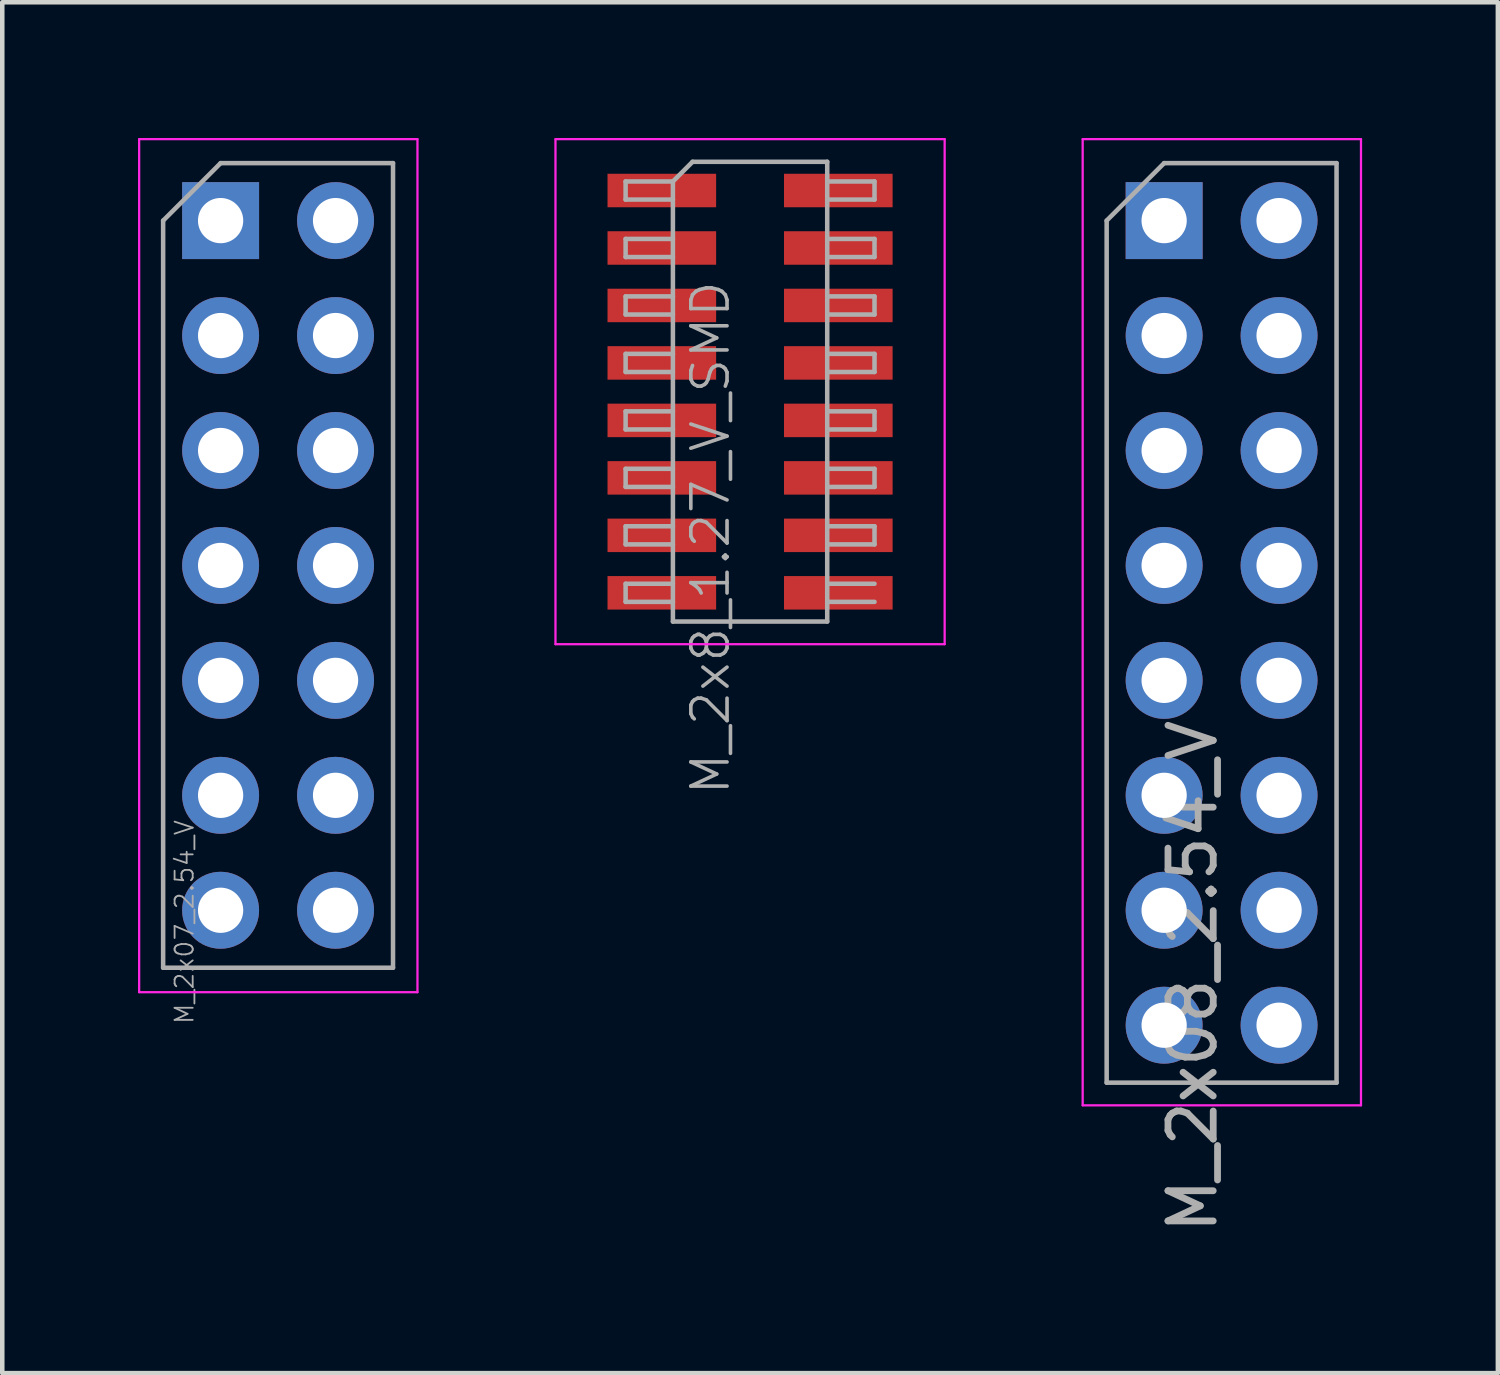
<source format=kicad_pcb>
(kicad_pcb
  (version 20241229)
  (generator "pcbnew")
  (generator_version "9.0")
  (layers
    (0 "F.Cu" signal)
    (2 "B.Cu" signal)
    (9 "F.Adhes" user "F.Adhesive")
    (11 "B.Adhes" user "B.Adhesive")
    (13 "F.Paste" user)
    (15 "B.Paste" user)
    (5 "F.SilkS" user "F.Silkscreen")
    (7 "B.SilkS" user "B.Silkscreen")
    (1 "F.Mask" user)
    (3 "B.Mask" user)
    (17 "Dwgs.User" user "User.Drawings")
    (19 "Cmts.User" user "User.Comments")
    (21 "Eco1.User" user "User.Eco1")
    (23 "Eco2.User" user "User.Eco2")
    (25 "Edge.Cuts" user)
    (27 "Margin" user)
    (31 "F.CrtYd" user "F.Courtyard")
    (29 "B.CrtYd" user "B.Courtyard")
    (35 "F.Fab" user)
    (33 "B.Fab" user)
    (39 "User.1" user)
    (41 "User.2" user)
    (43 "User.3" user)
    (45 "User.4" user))
  (footprint "M_2x07_2.54_V"
    (layer "F.Cu")
    (at 1.825 1.825)
    (property "Reference" "M_2x07_2.54_V" (at -0.8 15.5 90) (layer "F.Fab") (effects (font (size 0.4 0.4) (thickness 0.04))))
    (attr through_hole)
    (fp_line (start -1.8 -1.8) (end -1.8 17.05) (stroke (width 0.05) (type solid)) (layer "F.CrtYd"))
    (fp_line (start -1.8 17.05) (end 4.35 17.05) (stroke (width 0.05) (type solid)) (layer "F.CrtYd"))
    (fp_line (start 4.35 -1.8) (end -1.8 -1.8) (stroke (width 0.05) (type solid)) (layer "F.CrtYd"))
    (fp_line (start 4.35 17.05) (end 4.35 -1.8) (stroke (width 0.05) (type solid)) (layer "F.CrtYd"))
    (fp_line (start -1.27 0) (end 0 -1.27) (stroke (width 0.1) (type solid)) (layer "F.Fab"))
    (fp_line (start -1.27 16.51) (end -1.27 0) (stroke (width 0.1) (type solid)) (layer "F.Fab"))
    (fp_line (start 0 -1.27) (end 3.81 -1.27) (stroke (width 0.1) (type solid)) (layer "F.Fab"))
    (fp_line (start 3.81 -1.27) (end 3.81 16.51) (stroke (width 0.1) (type solid)) (layer "F.Fab"))
    (fp_line (start 3.81 16.51) (end -1.27 16.51) (stroke (width 0.1) (type solid)) (layer "F.Fab"))
    (pad "1" thru_hole rect (at 0 0) (size 1.7 1.7) (drill 1) (layers "*.Cu" "*.Mask"))
    (pad "2" thru_hole oval (at 2.54 0) (size 1.7 1.7) (drill 1) (layers "*.Cu" "*.Mask"))
    (pad "3" thru_hole oval (at 0 2.54) (size 1.7 1.7) (drill 1) (layers "*.Cu" "*.Mask"))
    (pad "4" thru_hole oval (at 2.54 2.54) (size 1.7 1.7) (drill 1) (layers "*.Cu" "*.Mask"))
    (pad "5" thru_hole oval (at 0 5.08) (size 1.7 1.7) (drill 1) (layers "*.Cu" "*.Mask"))
    (pad "6" thru_hole oval (at 2.54 5.08) (size 1.7 1.7) (drill 1) (layers "*.Cu" "*.Mask"))
    (pad "7" thru_hole oval (at 0 7.62) (size 1.7 1.7) (drill 1) (layers "*.Cu" "*.Mask"))
    (pad "8" thru_hole oval (at 2.54 7.62) (size 1.7 1.7) (drill 1) (layers "*.Cu" "*.Mask"))
    (pad "9" thru_hole oval (at 0 10.16) (size 1.7 1.7) (drill 1) (layers "*.Cu" "*.Mask"))
    (pad "10" thru_hole oval (at 2.54 10.16) (size 1.7 1.7) (drill 1) (layers "*.Cu" "*.Mask"))
    (pad "11" thru_hole oval (at 0 12.7) (size 1.7 1.7) (drill 1) (layers "*.Cu" "*.Mask"))
    (pad "12" thru_hole oval (at 2.54 12.7) (size 1.7 1.7) (drill 1) (layers "*.Cu" "*.Mask"))
    (pad "13" thru_hole oval (at 0 15.24) (size 1.7 1.7) (drill 1) (layers "*.Cu" "*.Mask"))
    (pad "14" thru_hole oval (at 2.54 15.24) (size 1.7 1.7) (drill 1) (layers "*.Cu" "*.Mask")))
  (footprint "M_2x08_2.54_V"
    (layer "F.Cu")
    (at 22.675 1.825)
    (property "Reference" "M_2x08_2.54_V" (at 0.63 16.7 90) (layer "F.Fab") (effects (font (size 1 1) (thickness 0.15))))
    (attr through_hole exclude_from_bom)
    (fp_line (start -1.8 -1.8) (end -1.8 19.55) (stroke (width 0.05) (type solid)) (layer "F.CrtYd"))
    (fp_line (start -1.8 19.55) (end 4.35 19.55) (stroke (width 0.05) (type solid)) (layer "F.CrtYd"))
    (fp_line (start 4.35 -1.8) (end -1.8 -1.8) (stroke (width 0.05) (type solid)) (layer "F.CrtYd"))
    (fp_line (start 4.35 19.55) (end 4.35 -1.8) (stroke (width 0.05) (type solid)) (layer "F.CrtYd"))
    (fp_line (start -1.27 0) (end 0 -1.27) (stroke (width 0.1) (type solid)) (layer "F.Fab"))
    (fp_line (start -1.27 19.05) (end -1.27 0) (stroke (width 0.1) (type solid)) (layer "F.Fab"))
    (fp_line (start 0 -1.27) (end 3.81 -1.27) (stroke (width 0.1) (type solid)) (layer "F.Fab"))
    (fp_line (start 3.81 -1.27) (end 3.81 19.05) (stroke (width 0.1) (type solid)) (layer "F.Fab"))
    (fp_line (start 3.81 19.05) (end -1.27 19.05) (stroke (width 0.1) (type solid)) (layer "F.Fab"))
    (pad "1" thru_hole rect (at 0 0) (size 1.7 1.7) (drill 1) (layers "*.Cu" "*.Mask"))
    (pad "2" thru_hole oval (at 2.54 0) (size 1.7 1.7) (drill 1) (layers "*.Cu" "*.Mask"))
    (pad "3" thru_hole oval (at 0 2.54) (size 1.7 1.7) (drill 1) (layers "*.Cu" "*.Mask"))
    (pad "4" thru_hole oval (at 2.54 2.54) (size 1.7 1.7) (drill 1) (layers "*.Cu" "*.Mask"))
    (pad "5" thru_hole oval (at 0 5.08) (size 1.7 1.7) (drill 1) (layers "*.Cu" "*.Mask"))
    (pad "6" thru_hole oval (at 2.54 5.08) (size 1.7 1.7) (drill 1) (layers "*.Cu" "*.Mask"))
    (pad "7" thru_hole oval (at 0 7.62) (size 1.7 1.7) (drill 1) (layers "*.Cu" "*.Mask"))
    (pad "8" thru_hole oval (at 2.54 7.62) (size 1.7 1.7) (drill 1) (layers "*.Cu" "*.Mask"))
    (pad "9" thru_hole oval (at 0 10.16) (size 1.7 1.7) (drill 1) (layers "*.Cu" "*.Mask"))
    (pad "10" thru_hole oval (at 2.54 10.16) (size 1.7 1.7) (drill 1) (layers "*.Cu" "*.Mask"))
    (pad "11" thru_hole oval (at 0 12.7) (size 1.7 1.7) (drill 1) (layers "*.Cu" "*.Mask"))
    (pad "12" thru_hole oval (at 2.54 12.7) (size 1.7 1.7) (drill 1) (layers "*.Cu" "*.Mask"))
    (pad "13" thru_hole oval (at 0 15.24) (size 1.7 1.7) (drill 1) (layers "*.Cu" "*.Mask"))
    (pad "14" thru_hole oval (at 2.54 15.24) (size 1.7 1.7) (drill 1) (layers "*.Cu" "*.Mask"))
    (pad "15" thru_hole oval (at 0 17.78) (size 1.7 1.7) (drill 1) (layers "*.Cu" "*.Mask"))
    (pad "16" thru_hole oval (at 2.54 17.78) (size 1.7 1.7) (drill 1) (layers "*.Cu" "*.Mask")))
  (footprint "M_2x8_1.27_V_SMD"
    (layer "F.Cu")
    (at 13.525 5.605)
    (property "Reference" "M_2x8_1.27_V_SMD" (at -0.875 3.23 90) (unlocked yes) (layer "F.Fab") (effects (font (size 0.8 0.8) (thickness 0.08))))
    (attr smd)
    (fp_line (start -4.3 -5.58) (end -4.3 5.58) (stroke (width 0.05) (type solid)) (layer "F.CrtYd"))
    (fp_line (start -4.3 5.58) (end 4.3 5.58) (stroke (width 0.05) (type solid)) (layer "F.CrtYd"))
    (fp_line (start 4.3 -5.58) (end -4.3 -5.58) (stroke (width 0.05) (type solid)) (layer "F.CrtYd"))
    (fp_line (start 4.3 5.58) (end 4.3 -5.58) (stroke (width 0.05) (type solid)) (layer "F.CrtYd"))
    (fp_line (start -2.75 -4.645) (end -2.75 -4.245) (stroke (width 0.1) (type solid)) (layer "F.Fab"))
    (fp_line (start -2.75 -4.245) (end -1.705 -4.245) (stroke (width 0.1) (type solid)) (layer "F.Fab"))
    (fp_line (start -2.75 -3.375) (end -2.75 -2.975) (stroke (width 0.1) (type solid)) (layer "F.Fab"))
    (fp_line (start -2.75 -2.975) (end -1.705 -2.975) (stroke (width 0.1) (type solid)) (layer "F.Fab"))
    (fp_line (start -2.75 -2.105) (end -2.75 -1.705) (stroke (width 0.1) (type solid)) (layer "F.Fab"))
    (fp_line (start -2.75 -1.705) (end -1.705 -1.705) (stroke (width 0.1) (type solid)) (layer "F.Fab"))
    (fp_line (start -2.75 -0.835) (end -2.75 -0.435) (stroke (width 0.1) (type solid)) (layer "F.Fab"))
    (fp_line (start -2.75 -0.435) (end -1.705 -0.435) (stroke (width 0.1) (type solid)) (layer "F.Fab"))
    (fp_line (start -2.75 0.435) (end -2.75 0.835) (stroke (width 0.1) (type solid)) (layer "F.Fab"))
    (fp_line (start -2.75 0.835) (end -1.705 0.835) (stroke (width 0.1) (type solid)) (layer "F.Fab"))
    (fp_line (start -2.75 1.705) (end -2.75 2.105) (stroke (width 0.1) (type solid)) (layer "F.Fab"))
    (fp_line (start -2.75 2.105) (end -1.705 2.105) (stroke (width 0.1) (type solid)) (layer "F.Fab"))
    (fp_line (start -2.75 2.975) (end -2.75 3.375) (stroke (width 0.1) (type solid)) (layer "F.Fab"))
    (fp_line (start -2.75 3.375) (end -1.705 3.375) (stroke (width 0.1) (type solid)) (layer "F.Fab"))
    (fp_line (start -2.75 4.245) (end -2.75 4.645) (stroke (width 0.1) (type solid)) (layer "F.Fab"))
    (fp_line (start -2.75 4.645) (end -1.705 4.645) (stroke (width 0.1) (type solid)) (layer "F.Fab"))
    (fp_line (start -1.705 -4.645) (end -2.75 -4.645) (stroke (width 0.1) (type solid)) (layer "F.Fab"))
    (fp_line (start -1.705 -4.645) (end -1.27 -5.08) (stroke (width 0.1) (type solid)) (layer "F.Fab"))
    (fp_line (start -1.705 -3.375) (end -2.75 -3.375) (stroke (width 0.1) (type solid)) (layer "F.Fab"))
    (fp_line (start -1.705 -2.105) (end -2.75 -2.105) (stroke (width 0.1) (type solid)) (layer "F.Fab"))
    (fp_line (start -1.705 -0.835) (end -2.75 -0.835) (stroke (width 0.1) (type solid)) (layer "F.Fab"))
    (fp_line (start -1.705 0.435) (end -2.75 0.435) (stroke (width 0.1) (type solid)) (layer "F.Fab"))
    (fp_line (start -1.705 1.705) (end -2.75 1.705) (stroke (width 0.1) (type solid)) (layer "F.Fab"))
    (fp_line (start -1.705 2.975) (end -2.75 2.975) (stroke (width 0.1) (type solid)) (layer "F.Fab"))
    (fp_line (start -1.705 4.245) (end -2.75 4.245) (stroke (width 0.1) (type solid)) (layer "F.Fab"))
    (fp_line (start -1.705 5.08) (end -1.705 -4.645) (stroke (width 0.1) (type solid)) (layer "F.Fab"))
    (fp_line (start -1.27 -5.08) (end 1.705 -5.08) (stroke (width 0.1) (type solid)) (layer "F.Fab"))
    (fp_line (start 1.705 -5.08) (end 1.705 5.08) (stroke (width 0.1) (type solid)) (layer "F.Fab"))
    (fp_line (start 1.705 -4.645) (end 2.75 -4.645) (stroke (width 0.1) (type solid)) (layer "F.Fab"))
    (fp_line (start 1.705 -3.375) (end 2.75 -3.375) (stroke (width 0.1) (type solid)) (layer "F.Fab"))
    (fp_line (start 1.705 -2.105) (end 2.75 -2.105) (stroke (width 0.1) (type solid)) (layer "F.Fab"))
    (fp_line (start 1.705 -0.835) (end 2.75 -0.835) (stroke (width 0.1) (type solid)) (layer "F.Fab"))
    (fp_line (start 1.705 0.435) (end 2.75 0.435) (stroke (width 0.1) (type solid)) (layer "F.Fab"))
    (fp_line (start 1.705 1.705) (end 2.75 1.705) (stroke (width 0.1) (type solid)) (layer "F.Fab"))
    (fp_line (start 1.705 2.975) (end 2.75 2.975) (stroke (width 0.1) (type solid)) (layer "F.Fab"))
    (fp_line (start 1.705 4.245) (end 2.75 4.245) (stroke (width 0.1) (type solid)) (layer "F.Fab"))
    (fp_line (start 1.705 5.08) (end -1.705 5.08) (stroke (width 0.1) (type solid)) (layer "F.Fab"))
    (fp_line (start 2.75 -4.645) (end 2.75 -4.245) (stroke (width 0.1) (type solid)) (layer "F.Fab"))
    (fp_line (start 2.75 -4.245) (end 1.705 -4.245) (stroke (width 0.1) (type solid)) (layer "F.Fab"))
    (fp_line (start 2.75 -3.375) (end 2.75 -2.975) (stroke (width 0.1) (type solid)) (layer "F.Fab"))
    (fp_line (start 2.75 -2.975) (end 1.705 -2.975) (stroke (width 0.1) (type solid)) (layer "F.Fab"))
    (fp_line (start 2.75 -2.105) (end 2.75 -1.705) (stroke (width 0.1) (type solid)) (layer "F.Fab"))
    (fp_line (start 2.75 -1.705) (end 1.705 -1.705) (stroke (width 0.1) (type solid)) (layer "F.Fab"))
    (fp_line (start 2.75 -0.835) (end 2.75 -0.435) (stroke (width 0.1) (type solid)) (layer "F.Fab"))
    (fp_line (start 2.75 -0.435) (end 1.705 -0.435) (stroke (width 0.1) (type solid)) (layer "F.Fab"))
    (fp_line (start 2.75 0.435) (end 2.75 0.835) (stroke (width 0.1) (type solid)) (layer "F.Fab"))
    (fp_line (start 2.75 0.835) (end 1.705 0.835) (stroke (width 0.1) (type solid)) (layer "F.Fab"))
    (fp_line (start 2.75 1.705) (end 2.75 2.105) (stroke (width 0.1) (type solid)) (layer "F.Fab"))
    (fp_line (start 2.75 2.105) (end 1.705 2.105) (stroke (width 0.1) (type solid)) (layer "F.Fab"))
    (fp_line (start 2.75 2.975) (end 2.75 3.375) (stroke (width 0.1) (type solid)) (layer "F.Fab"))
    (fp_line (start 2.75 3.375) (end 1.705 3.375) (stroke (width 0.1) (type solid)) (layer "F.Fab"))
    (fp_line (start 2.75 4.645) (end 1.705 4.645) (stroke (width 0.1) (type solid)) (layer "F.Fab"))
    (pad "1" smd rect (at -1.95 -4.445) (size 2.4 0.74) (layers "F.Cu" "F.Mask" "F.Paste"))
    (pad "2" smd rect (at 1.95 -4.445) (size 2.4 0.74) (layers "F.Cu" "F.Mask" "F.Paste"))
    (pad "3" smd rect (at -1.95 -3.175) (size 2.4 0.74) (layers "F.Cu" "F.Mask" "F.Paste"))
    (pad "4" smd rect (at 1.95 -3.175) (size 2.4 0.74) (layers "F.Cu" "F.Mask" "F.Paste"))
    (pad "5" smd rect (at -1.95 -1.905) (size 2.4 0.74) (layers "F.Cu" "F.Mask" "F.Paste"))
    (pad "6" smd rect (at 1.95 -1.905) (size 2.4 0.74) (layers "F.Cu" "F.Mask" "F.Paste"))
    (pad "7" smd rect (at -1.95 -0.635) (size 2.4 0.74) (layers "F.Cu" "F.Mask" "F.Paste"))
    (pad "8" smd rect (at 1.95 -0.635) (size 2.4 0.74) (layers "F.Cu" "F.Mask" "F.Paste"))
    (pad "9" smd rect (at -1.95 0.635) (size 2.4 0.74) (layers "F.Cu" "F.Mask" "F.Paste"))
    (pad "10" smd rect (at 1.95 0.635) (size 2.4 0.74) (layers "F.Cu" "F.Mask" "F.Paste"))
    (pad "11" smd rect (at -1.95 1.905) (size 2.4 0.74) (layers "F.Cu" "F.Mask" "F.Paste"))
    (pad "12" smd rect (at 1.95 1.905) (size 2.4 0.74) (layers "F.Cu" "F.Mask" "F.Paste"))
    (pad "13" smd rect (at -1.95 3.175) (size 2.4 0.74) (layers "F.Cu" "F.Mask" "F.Paste"))
    (pad "14" smd rect (at 1.95 3.175) (size 2.4 0.74) (layers "F.Cu" "F.Mask" "F.Paste"))
    (pad "15" smd rect (at -1.95 4.445) (size 2.4 0.74) (layers "F.Cu" "F.Mask" "F.Paste"))
    (pad "16" smd rect (at 1.95 4.445) (size 2.4 0.74) (layers "F.Cu" "F.Mask" "F.Paste")))
  (gr_rect
    (start -3 -3)
    (end 30.05 27.293)
    (stroke (width 0.1) (type default))
    (fill no)
    (layer "Edge.Cuts")))
</source>
